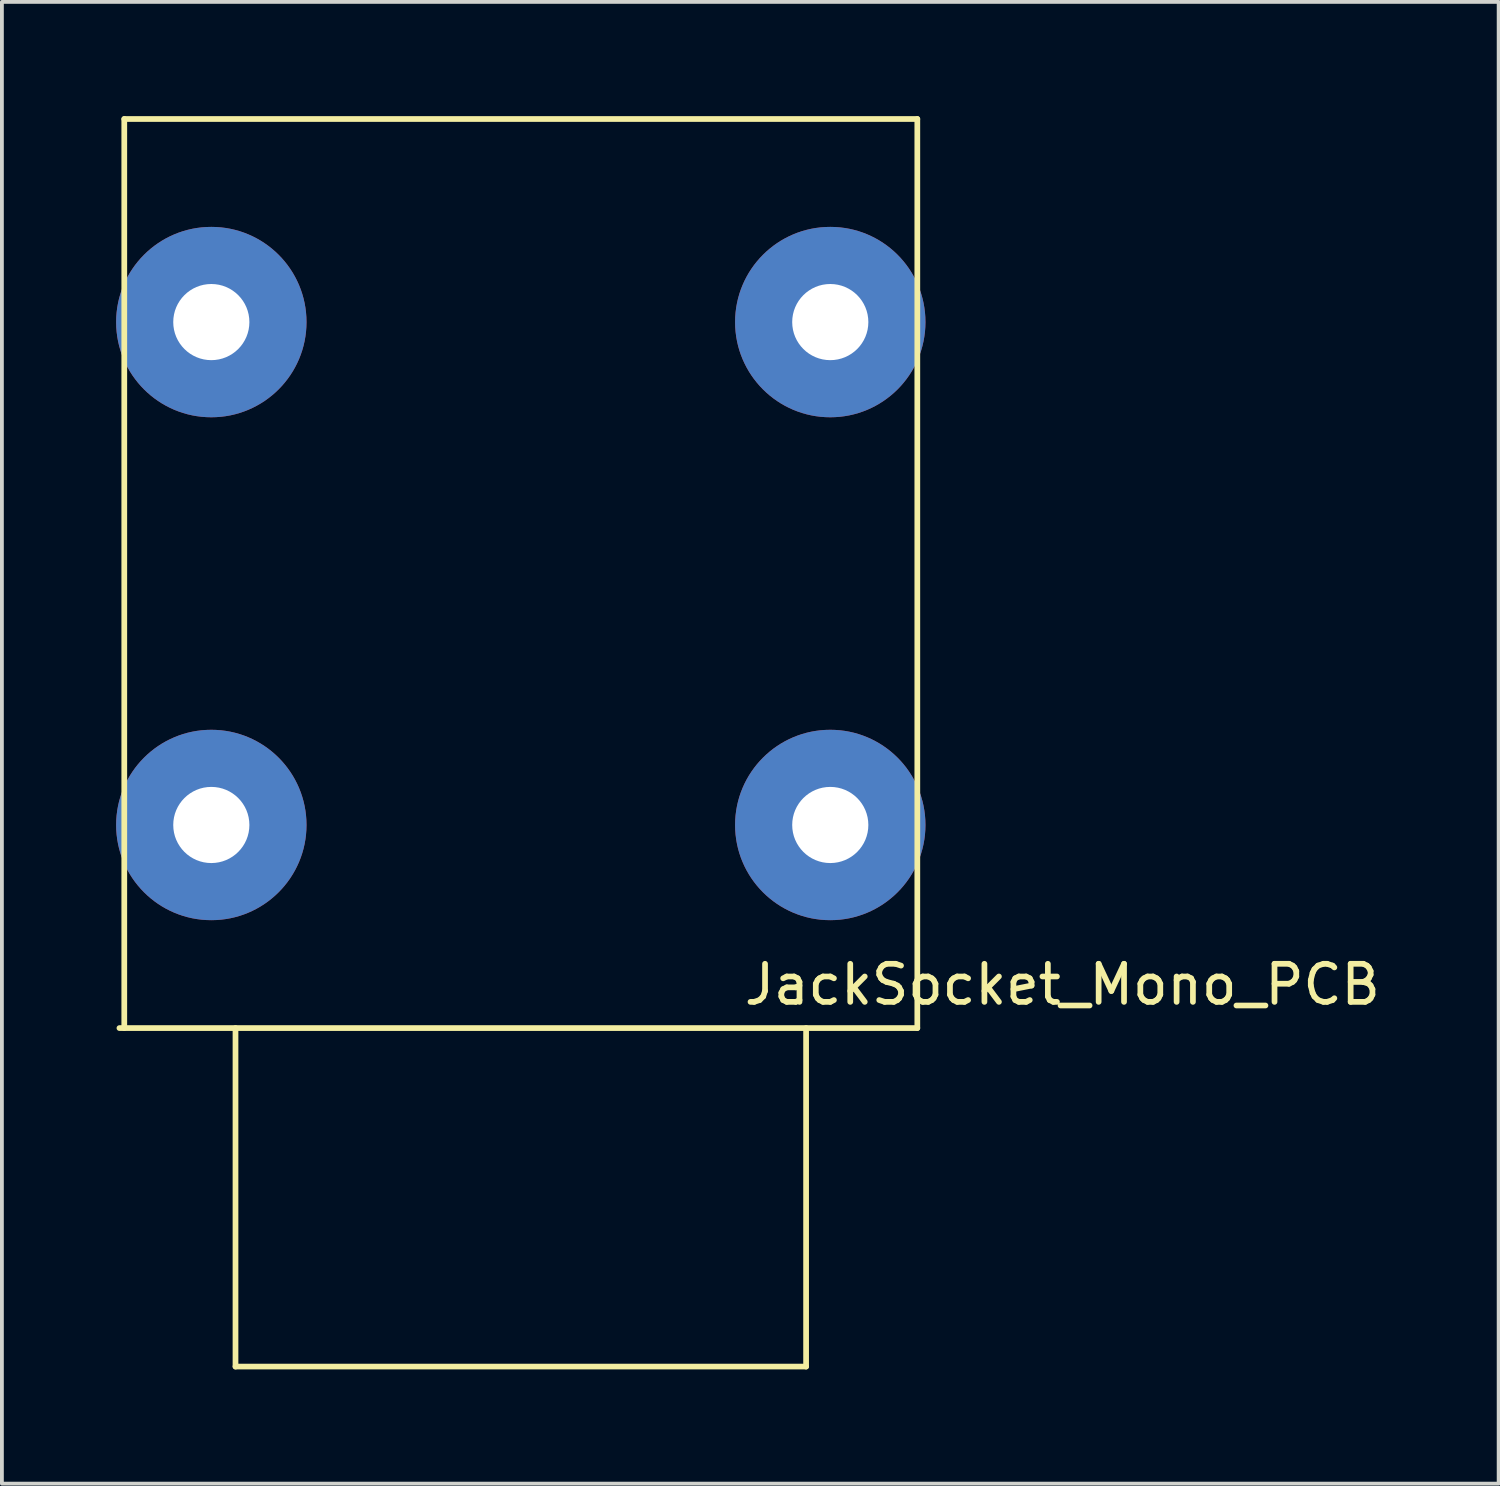
<source format=kicad_pcb>
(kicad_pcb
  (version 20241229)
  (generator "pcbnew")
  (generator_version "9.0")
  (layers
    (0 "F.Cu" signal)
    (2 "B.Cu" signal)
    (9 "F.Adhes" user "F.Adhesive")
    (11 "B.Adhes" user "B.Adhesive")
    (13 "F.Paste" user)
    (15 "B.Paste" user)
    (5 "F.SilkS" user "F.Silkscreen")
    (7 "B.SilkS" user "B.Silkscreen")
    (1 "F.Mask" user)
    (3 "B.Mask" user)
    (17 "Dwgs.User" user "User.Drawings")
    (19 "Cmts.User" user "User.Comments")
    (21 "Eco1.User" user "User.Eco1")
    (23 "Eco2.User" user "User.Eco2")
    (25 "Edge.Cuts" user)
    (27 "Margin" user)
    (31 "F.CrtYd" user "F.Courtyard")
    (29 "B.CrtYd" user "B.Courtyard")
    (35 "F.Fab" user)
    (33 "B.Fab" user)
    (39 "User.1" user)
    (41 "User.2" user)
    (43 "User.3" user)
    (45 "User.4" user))
  (footprint "JackSocket_Mono_PCB"
    (layer "F.Cu")
    (at 10.628 12.013)
    (property "Reference" "JackSocket_Mono_PCB" (at 14.224 10.795 0) (layer "F.SilkS") (effects (font (size 1 1) (thickness 0.15))))
    (attr through_hole)
    (fp_line (start -10.414 -11.938) (end -10.414 11.938) (stroke (width 0.15) (type solid)) (layer "F.SilkS"))
    (fp_line (start -10.414 -11.938) (end 10.414 -11.938) (stroke (width 0.15) (type solid)) (layer "F.SilkS"))
    (fp_line (start -7.493 11.938) (end -7.493 20.828) (stroke (width 0.15) (type solid)) (layer "F.SilkS"))
    (fp_line (start -7.493 20.828) (end 7.493 20.828) (stroke (width 0.15) (type solid)) (layer "F.SilkS"))
    (fp_line (start 7.493 20.828) (end 7.493 11.938) (stroke (width 0.15) (type solid)) (layer "F.SilkS"))
    (fp_line (start 10.414 -11.938) (end 10.414 11.938) (stroke (width 0.15) (type solid)) (layer "F.SilkS"))
    (fp_line (start 10.414 11.938) (end -10.541 11.938) (stroke (width 0.15) (type solid)) (layer "F.SilkS"))
    (pad "1" thru_hole oval (at 8.128 -6.604) (size 5 5) (drill 2) (layers "*.Cu" "*.Mask"))
    (pad "2" thru_hole oval (at -8.128 -6.604) (size 5 5) (drill 2) (layers "*.Cu" "*.Mask"))
    (pad "3" thru_hole oval (at -8.128 6.604) (size 5 5) (drill 2) (layers "*.Cu" "*.Mask"))
    (pad "4" thru_hole oval (at 8.128 6.604) (size 5 5) (drill 2) (layers "*.Cu" "*.Mask")))
  (gr_rect
    (start -3 -3)
    (end 36.31 35.916)
    (stroke (width 0.1) (type default))
    (fill no)
    (layer "Edge.Cuts")))
</source>
